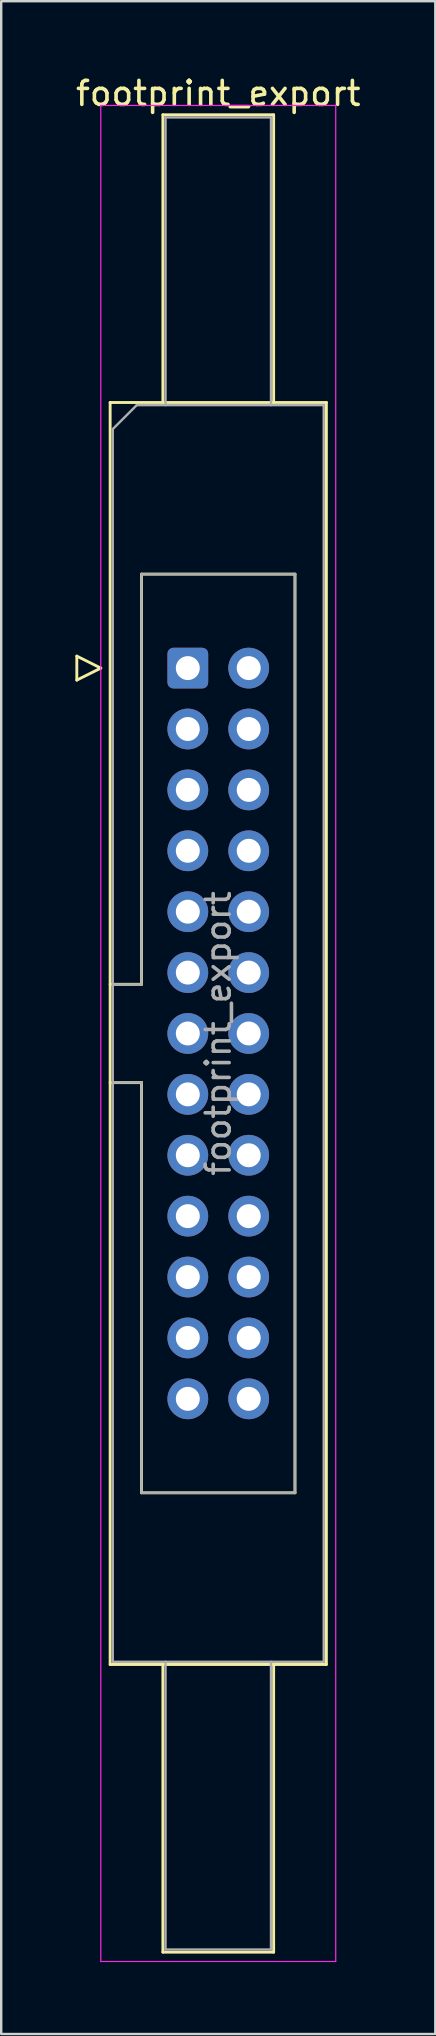
<source format=kicad_pcb>
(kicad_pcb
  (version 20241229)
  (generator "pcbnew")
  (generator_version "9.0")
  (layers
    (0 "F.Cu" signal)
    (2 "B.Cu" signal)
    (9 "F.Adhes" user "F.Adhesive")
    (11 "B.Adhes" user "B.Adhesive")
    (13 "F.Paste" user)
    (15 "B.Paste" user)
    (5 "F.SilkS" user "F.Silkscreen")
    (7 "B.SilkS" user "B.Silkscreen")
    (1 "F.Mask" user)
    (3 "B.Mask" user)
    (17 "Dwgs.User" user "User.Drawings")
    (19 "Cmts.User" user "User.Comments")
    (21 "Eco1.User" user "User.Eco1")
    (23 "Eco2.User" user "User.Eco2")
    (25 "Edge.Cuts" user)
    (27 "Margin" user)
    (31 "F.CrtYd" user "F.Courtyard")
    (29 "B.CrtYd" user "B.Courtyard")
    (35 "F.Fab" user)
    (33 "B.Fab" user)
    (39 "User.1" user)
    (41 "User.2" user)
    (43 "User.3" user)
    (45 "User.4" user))
  (footprint "footprint_export"
    (layer "F.Cu")
    (at 4.784 24.818)
    (property "Reference" "footprint_export" (at 1.27 -23.97 0) (layer "F.SilkS") (effects (font (size 1 1) (thickness 0.15))))
    (attr through_hole)
    (fp_line (start -4.63 -0.5) (end -4.63 0.5) (stroke (width 0.12) (type solid)) (layer "F.SilkS"))
    (fp_line (start -4.63 0.5) (end -3.63 0) (stroke (width 0.12) (type solid)) (layer "F.SilkS"))
    (fp_line (start -3.63 0) (end -4.63 -0.5) (stroke (width 0.12) (type solid)) (layer "F.SilkS"))
    (fp_line (start -3.24 -11.08) (end 5.78 -11.08) (stroke (width 0.12) (type solid)) (layer "F.SilkS"))
    (fp_line (start -3.24 13.19) (end -1.93 13.19) (stroke (width 0.12) (type solid)) (layer "F.SilkS"))
    (fp_line (start -3.24 41.56) (end -3.24 -11.08) (stroke (width 0.12) (type solid)) (layer "F.SilkS"))
    (fp_line (start -1.93 -3.92) (end 4.47 -3.92) (stroke (width 0.12) (type solid)) (layer "F.SilkS"))
    (fp_line (start -1.93 13.19) (end -1.93 -3.92) (stroke (width 0.12) (type solid)) (layer "F.SilkS"))
    (fp_line (start -1.93 17.29) (end -3.24 17.29) (stroke (width 0.12) (type solid)) (layer "F.SilkS"))
    (fp_line (start -1.93 17.29) (end -1.93 17.29) (stroke (width 0.12) (type solid)) (layer "F.SilkS"))
    (fp_line (start -1.93 34.4) (end -1.93 17.29) (stroke (width 0.12) (type solid)) (layer "F.SilkS"))
    (fp_line (start -1.04 -23.08) (end 3.58 -23.08) (stroke (width 0.12) (type solid)) (layer "F.SilkS"))
    (fp_line (start -1.04 -11.08) (end -1.04 -23.08) (stroke (width 0.12) (type solid)) (layer "F.SilkS"))
    (fp_line (start -1.04 41.56) (end -1.04 53.56) (stroke (width 0.12) (type solid)) (layer "F.SilkS"))
    (fp_line (start -1.04 53.56) (end 3.58 53.56) (stroke (width 0.12) (type solid)) (layer "F.SilkS"))
    (fp_line (start 3.58 -23.08) (end 3.58 -11.08) (stroke (width 0.12) (type solid)) (layer "F.SilkS"))
    (fp_line (start 3.58 53.56) (end 3.58 41.56) (stroke (width 0.12) (type solid)) (layer "F.SilkS"))
    (fp_line (start 4.47 -3.92) (end 4.47 34.4) (stroke (width 0.12) (type solid)) (layer "F.SilkS"))
    (fp_line (start 4.47 34.4) (end -1.93 34.4) (stroke (width 0.12) (type solid)) (layer "F.SilkS"))
    (fp_line (start 5.78 -11.08) (end 5.78 41.56) (stroke (width 0.12) (type solid)) (layer "F.SilkS"))
    (fp_line (start 5.78 41.56) (end -3.24 41.56) (stroke (width 0.12) (type solid)) (layer "F.SilkS"))
    (fp_line (start -3.63 -23.47) (end -3.63 53.95) (stroke (width 0.05) (type solid)) (layer "F.CrtYd"))
    (fp_line (start -3.63 53.95) (end 6.17 53.95) (stroke (width 0.05) (type solid)) (layer "F.CrtYd"))
    (fp_line (start 6.17 -23.47) (end -3.63 -23.47) (stroke (width 0.05) (type solid)) (layer "F.CrtYd"))
    (fp_line (start 6.17 53.95) (end 6.17 -23.47) (stroke (width 0.05) (type solid)) (layer "F.CrtYd"))
    (fp_line (start -3.13 -9.97) (end -2.13 -10.97) (stroke (width 0.1) (type solid)) (layer "F.Fab"))
    (fp_line (start -3.13 13.19) (end -1.93 13.19) (stroke (width 0.1) (type solid)) (layer "F.Fab"))
    (fp_line (start -3.13 41.45) (end -3.13 -9.97) (stroke (width 0.1) (type solid)) (layer "F.Fab"))
    (fp_line (start -2.13 -10.97) (end 5.67 -10.97) (stroke (width 0.1) (type solid)) (layer "F.Fab"))
    (fp_line (start -1.93 -3.92) (end 4.47 -3.92) (stroke (width 0.1) (type solid)) (layer "F.Fab"))
    (fp_line (start -1.93 13.19) (end -1.93 -3.92) (stroke (width 0.1) (type solid)) (layer "F.Fab"))
    (fp_line (start -1.93 17.29) (end -3.13 17.29) (stroke (width 0.1) (type solid)) (layer "F.Fab"))
    (fp_line (start -1.93 17.29) (end -1.93 17.29) (stroke (width 0.1) (type solid)) (layer "F.Fab"))
    (fp_line (start -1.93 34.4) (end -1.93 17.29) (stroke (width 0.1) (type solid)) (layer "F.Fab"))
    (fp_line (start -0.93 -22.97) (end 3.47 -22.97) (stroke (width 0.1) (type solid)) (layer "F.Fab"))
    (fp_line (start -0.93 -10.97) (end -0.93 -22.97) (stroke (width 0.1) (type solid)) (layer "F.Fab"))
    (fp_line (start -0.93 41.45) (end -0.93 53.45) (stroke (width 0.1) (type solid)) (layer "F.Fab"))
    (fp_line (start -0.93 53.45) (end 3.47 53.45) (stroke (width 0.1) (type solid)) (layer "F.Fab"))
    (fp_line (start 3.47 -22.97) (end 3.47 -10.97) (stroke (width 0.1) (type solid)) (layer "F.Fab"))
    (fp_line (start 3.47 53.45) (end 3.47 41.45) (stroke (width 0.1) (type solid)) (layer "F.Fab"))
    (fp_line (start 4.47 -3.92) (end 4.47 34.4) (stroke (width 0.1) (type solid)) (layer "F.Fab"))
    (fp_line (start 4.47 34.4) (end -1.93 34.4) (stroke (width 0.1) (type solid)) (layer "F.Fab"))
    (fp_line (start 5.67 -10.97) (end 5.67 41.45) (stroke (width 0.1) (type solid)) (layer "F.Fab"))
    (fp_line (start 5.67 41.45) (end -3.13 41.45) (stroke (width 0.1) (type solid)) (layer "F.Fab"))
    (fp_text user "${REFERENCE}" (at 1.27 15.24 90) (layer "F.Fab") (effects (font (size 1 1) (thickness 0.15))))
    (pad "1" thru_hole roundrect (at 0 0) (size 1.7 1.7) (drill 1) (layers "*.Cu" "*.Mask") (roundrect_rratio 0.147))
    (pad "2" thru_hole circle (at 2.54 0) (size 1.7 1.7) (drill 1) (layers "*.Cu" "*.Mask"))
    (pad "3" thru_hole circle (at 0 2.54) (size 1.7 1.7) (drill 1) (layers "*.Cu" "*.Mask"))
    (pad "4" thru_hole circle (at 2.54 2.54) (size 1.7 1.7) (drill 1) (layers "*.Cu" "*.Mask"))
    (pad "5" thru_hole circle (at 0 5.08) (size 1.7 1.7) (drill 1) (layers "*.Cu" "*.Mask"))
    (pad "6" thru_hole circle (at 2.54 5.08) (size 1.7 1.7) (drill 1) (layers "*.Cu" "*.Mask"))
    (pad "7" thru_hole circle (at 0 7.62) (size 1.7 1.7) (drill 1) (layers "*.Cu" "*.Mask"))
    (pad "8" thru_hole circle (at 2.54 7.62) (size 1.7 1.7) (drill 1) (layers "*.Cu" "*.Mask"))
    (pad "9" thru_hole circle (at 0 10.16) (size 1.7 1.7) (drill 1) (layers "*.Cu" "*.Mask"))
    (pad "10" thru_hole circle (at 2.54 10.16) (size 1.7 1.7) (drill 1) (layers "*.Cu" "*.Mask"))
    (pad "11" thru_hole circle (at 0 12.7) (size 1.7 1.7) (drill 1) (layers "*.Cu" "*.Mask"))
    (pad "12" thru_hole circle (at 2.54 12.7) (size 1.7 1.7) (drill 1) (layers "*.Cu" "*.Mask"))
    (pad "13" thru_hole circle (at 0 15.24) (size 1.7 1.7) (drill 1) (layers "*.Cu" "*.Mask"))
    (pad "14" thru_hole circle (at 2.54 15.24) (size 1.7 1.7) (drill 1) (layers "*.Cu" "*.Mask"))
    (pad "15" thru_hole circle (at 0 17.78) (size 1.7 1.7) (drill 1) (layers "*.Cu" "*.Mask"))
    (pad "16" thru_hole circle (at 2.54 17.78) (size 1.7 1.7) (drill 1) (layers "*.Cu" "*.Mask"))
    (pad "17" thru_hole circle (at 0 20.32) (size 1.7 1.7) (drill 1) (layers "*.Cu" "*.Mask"))
    (pad "18" thru_hole circle (at 2.54 20.32) (size 1.7 1.7) (drill 1) (layers "*.Cu" "*.Mask"))
    (pad "19" thru_hole circle (at 0 22.86) (size 1.7 1.7) (drill 1) (layers "*.Cu" "*.Mask"))
    (pad "20" thru_hole circle (at 2.54 22.86) (size 1.7 1.7) (drill 1) (layers "*.Cu" "*.Mask"))
    (pad "21" thru_hole circle (at 0 25.4) (size 1.7 1.7) (drill 1) (layers "*.Cu" "*.Mask"))
    (pad "22" thru_hole circle (at 2.54 25.4) (size 1.7 1.7) (drill 1) (layers "*.Cu" "*.Mask"))
    (pad "23" thru_hole circle (at 0 27.94) (size 1.7 1.7) (drill 1) (layers "*.Cu" "*.Mask"))
    (pad "24" thru_hole circle (at 2.54 27.94) (size 1.7 1.7) (drill 1) (layers "*.Cu" "*.Mask"))
    (pad "25" thru_hole circle (at 0 30.48) (size 1.7 1.7) (drill 1) (layers "*.Cu" "*.Mask"))
    (pad "26" thru_hole circle (at 2.54 30.48) (size 1.7 1.7) (drill 1) (layers "*.Cu" "*.Mask")))
  (gr_rect
    (start -3 -3)
    (end 15.107 81.793)
    (stroke (width 0.1) (type default))
    (fill no)
    (layer "Edge.Cuts")))
</source>
